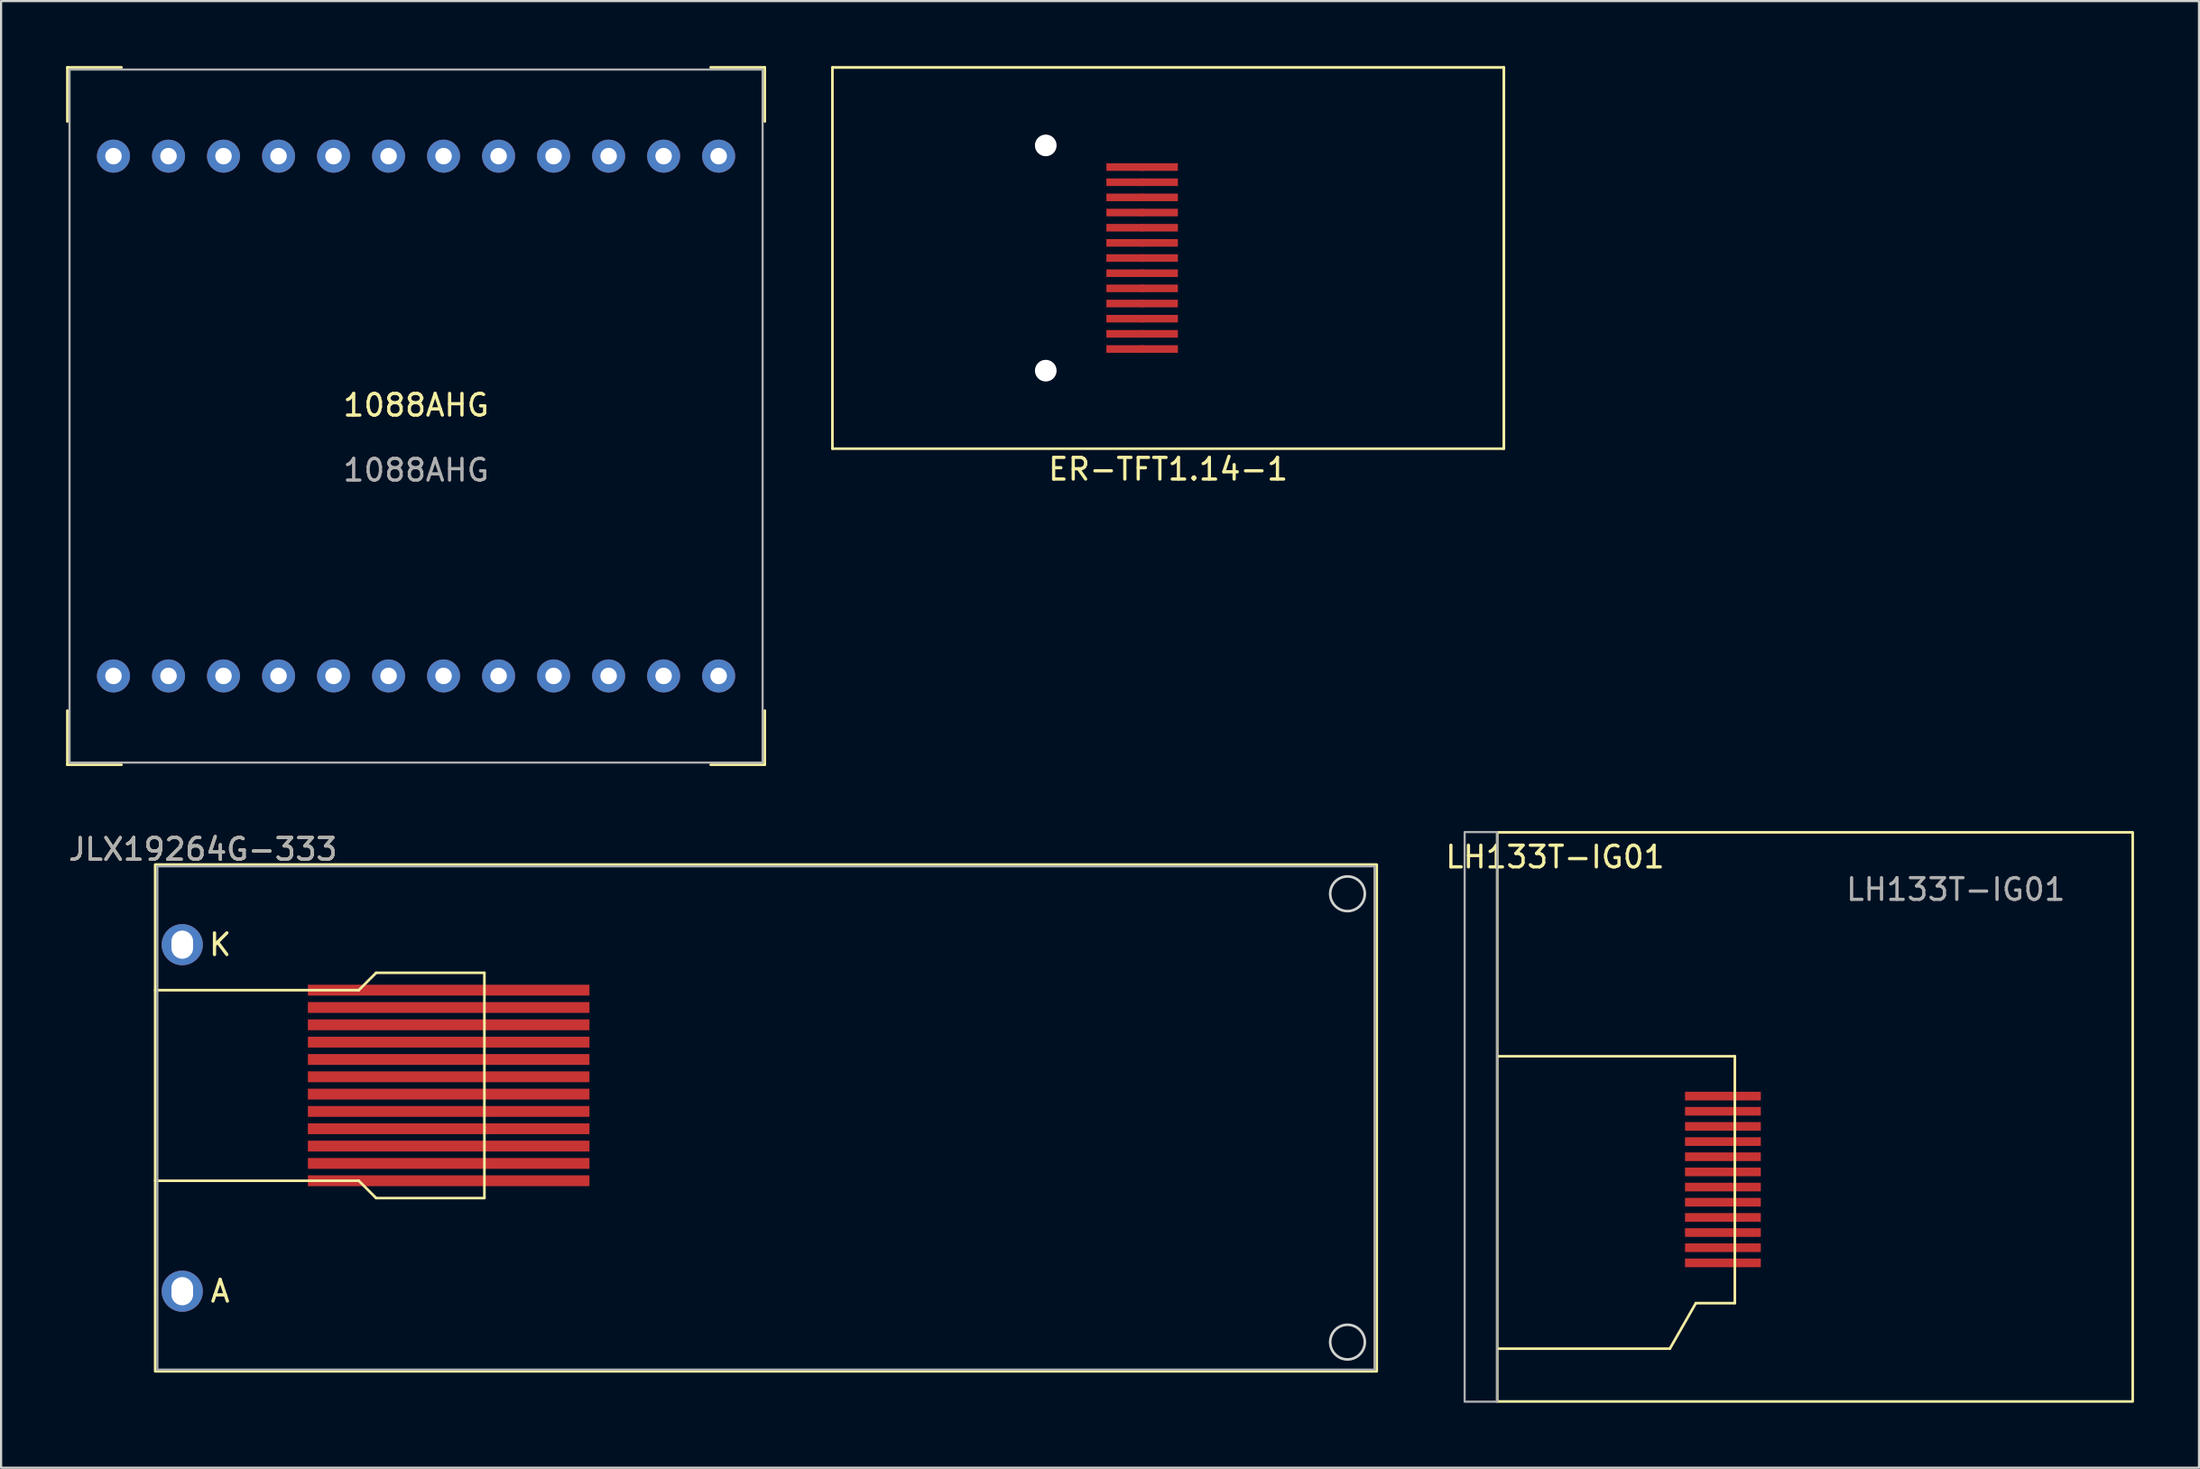
<source format=kicad_pcb>
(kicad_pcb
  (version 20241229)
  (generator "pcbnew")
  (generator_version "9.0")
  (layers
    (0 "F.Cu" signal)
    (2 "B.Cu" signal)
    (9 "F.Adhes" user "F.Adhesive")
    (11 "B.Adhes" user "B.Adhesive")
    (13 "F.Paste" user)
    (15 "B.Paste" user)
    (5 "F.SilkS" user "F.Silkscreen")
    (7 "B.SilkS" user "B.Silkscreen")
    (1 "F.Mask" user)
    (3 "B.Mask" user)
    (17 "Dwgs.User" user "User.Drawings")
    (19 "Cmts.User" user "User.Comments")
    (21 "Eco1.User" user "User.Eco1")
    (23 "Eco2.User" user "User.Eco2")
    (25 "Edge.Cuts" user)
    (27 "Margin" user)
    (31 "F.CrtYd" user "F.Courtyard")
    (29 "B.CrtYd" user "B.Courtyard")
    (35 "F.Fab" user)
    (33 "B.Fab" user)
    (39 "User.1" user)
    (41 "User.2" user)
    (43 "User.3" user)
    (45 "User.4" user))
  (footprint "LH133T-IG01"
    (layer "F.Cu")
    (at 80.748 48.52)
    (property "Reference" "LH133T-IG01" (at -12 -12 0) (unlocked yes) (layer "F.SilkS") (effects (font (size 1 1) (thickness 0.15))))
    (attr through_hole)
    (fp_line (start -6.7 10.7) (end -5.5 8.6) (stroke (width 0.12) (type solid)) (layer "F.SilkS"))
    (fp_line (start -3.7 -2.8) (end -3.7 8.6) (stroke (width 0.12) (type solid)) (layer "F.SilkS"))
    (fp_rect (start -14.67 -13.14) (end 14.67 13.14) (stroke (width 0.12) (type solid)) (fill no) (layer "F.SilkS"))
    (fp_rect (start -6.7 10.7) (end -14.65 10.7) (stroke (width 0.12) (type solid)) (fill no) (layer "F.SilkS"))
    (fp_rect (start -3.7 -2.8) (end -14.65 -2.8) (stroke (width 0.12) (type solid)) (fill no) (layer "F.SilkS"))
    (fp_rect (start -3.7 8.6) (end -5.5 8.6) (stroke (width 0.12) (type solid)) (fill no) (layer "F.SilkS"))
    (fp_rect (start -14.675 -13.15) (end -16.175 13.15) (stroke (width 0.1) (type solid)) (fill no) (layer "F.Fab"))
    (fp_text user "${REFERENCE}" (at 6.5 -10.5 0) (unlocked yes) (layer "F.Fab") (effects (font (size 1 1) (thickness 0.15))))
    (pad "1" smd rect (at -4.25 6.74) (size 3.5 0.4) (layers "F.Cu" "F.Mask" "F.Paste"))
    (pad "2" smd rect (at -4.25 6.04) (size 3.5 0.4) (layers "F.Cu" "F.Mask" "F.Paste"))
    (pad "3" smd rect (at -4.25 5.34) (size 3.5 0.4) (layers "F.Cu" "F.Mask" "F.Paste"))
    (pad "4" smd rect (at -4.25 4.64) (size 3.5 0.4) (layers "F.Cu" "F.Mask" "F.Paste"))
    (pad "5" smd rect (at -4.25 3.94) (size 3.5 0.4) (layers "F.Cu" "F.Mask" "F.Paste"))
    (pad "6" smd rect (at -4.25 3.24) (size 3.5 0.4) (layers "F.Cu" "F.Mask" "F.Paste"))
    (pad "7" smd rect (at -4.25 2.54) (size 3.5 0.4) (layers "F.Cu" "F.Mask" "F.Paste"))
    (pad "8" smd rect (at -4.25 1.84) (size 3.5 0.4) (layers "F.Cu" "F.Mask" "F.Paste"))
    (pad "9" smd rect (at -4.25 1.14) (size 3.5 0.4) (layers "F.Cu" "F.Mask" "F.Paste"))
    (pad "10" smd rect (at -4.25 0.44) (size 3.5 0.4) (layers "F.Cu" "F.Mask" "F.Paste"))
    (pad "11" smd rect (at -4.25 -0.26) (size 3.5 0.4) (layers "F.Cu" "F.Mask" "F.Paste"))
    (pad "12" smd rect (at -4.25 -0.96) (size 3.5 0.4) (layers "F.Cu" "F.Mask" "F.Paste")))
  (footprint "1088AHG"
    (layer "F.Cu")
    (at 16.16 16.16)
    (property "Reference" "1088AHG" (at 0 -0.5 0) (unlocked yes) (layer "F.SilkS") (effects (font (size 1 1) (thickness 0.15))))
    (attr through_hole)
    (fp_line (start -16.1 -16.1) (end -16.1 -13.6) (stroke (width 0.12) (type solid)) (layer "F.SilkS"))
    (fp_line (start -16.1 -16.1) (end -13.6 -16.1) (stroke (width 0.12) (type solid)) (layer "F.SilkS"))
    (fp_line (start -16.1 16.1) (end -16.1 13.6) (stroke (width 0.12) (type solid)) (layer "F.SilkS"))
    (fp_line (start -16.1 16.1) (end -13.6 16.1) (stroke (width 0.12) (type solid)) (layer "F.SilkS"))
    (fp_line (start 16.1 -16.1) (end 13.6 -16.1) (stroke (width 0.12) (type solid)) (layer "F.SilkS"))
    (fp_line (start 16.1 -16.1) (end 16.1 -13.6) (stroke (width 0.12) (type solid)) (layer "F.SilkS"))
    (fp_line (start 16.1 16.1) (end 13.6 16.1) (stroke (width 0.12) (type solid)) (layer "F.SilkS"))
    (fp_line (start 16.1 16.1) (end 16.1 13.6) (stroke (width 0.12) (type solid)) (layer "F.SilkS"))
    (fp_rect (start -16 -16) (end 16 16) (stroke (width 0.1) (type solid)) (fill no) (layer "F.Fab"))
    (fp_text user "${REFERENCE}" (at 0 2.5 0) (unlocked yes) (layer "F.Fab") (effects (font (size 1 1) (thickness 0.15))))
    (pad "1" thru_hole circle (at -13.97 12) (size 1.524 1.524) (drill 0.762) (layers "*.Cu" "*.Mask"))
    (pad "2" thru_hole circle (at -11.43 12) (size 1.524 1.524) (drill 0.762) (layers "*.Cu" "*.Mask"))
    (pad "3" thru_hole circle (at -8.89 12) (size 1.524 1.524) (drill 0.762) (layers "*.Cu" "*.Mask"))
    (pad "4" thru_hole circle (at -6.35 12) (size 1.524 1.524) (drill 0.762) (layers "*.Cu" "*.Mask"))
    (pad "5" thru_hole circle (at -3.81 12) (size 1.524 1.524) (drill 0.762) (layers "*.Cu" "*.Mask"))
    (pad "6" thru_hole circle (at -1.27 12) (size 1.524 1.524) (drill 0.762) (layers "*.Cu" "*.Mask"))
    (pad "7" thru_hole circle (at 1.27 12) (size 1.524 1.524) (drill 0.762) (layers "*.Cu" "*.Mask"))
    (pad "8" thru_hole circle (at 3.81 12) (size 1.524 1.524) (drill 0.762) (layers "*.Cu" "*.Mask"))
    (pad "9" thru_hole circle (at 6.35 12) (size 1.524 1.524) (drill 0.762) (layers "*.Cu" "*.Mask"))
    (pad "10" thru_hole circle (at 8.89 12) (size 1.524 1.524) (drill 0.762) (layers "*.Cu" "*.Mask"))
    (pad "11" thru_hole circle (at 11.43 12) (size 1.524 1.524) (drill 0.762) (layers "*.Cu" "*.Mask"))
    (pad "12" thru_hole circle (at 13.97 12) (size 1.524 1.524) (drill 0.762) (layers "*.Cu" "*.Mask"))
    (pad "13" thru_hole circle (at 13.97 -12) (size 1.524 1.524) (drill 0.762) (layers "*.Cu" "*.Mask"))
    (pad "14" thru_hole circle (at 11.43 -12) (size 1.524 1.524) (drill 0.762) (layers "*.Cu" "*.Mask"))
    (pad "15" thru_hole circle (at 8.89 -12) (size 1.524 1.524) (drill 0.762) (layers "*.Cu" "*.Mask"))
    (pad "16" thru_hole circle (at 6.35 -12) (size 1.524 1.524) (drill 0.762) (layers "*.Cu" "*.Mask"))
    (pad "17" thru_hole circle (at 3.81 -12) (size 1.524 1.524) (drill 0.762) (layers "*.Cu" "*.Mask"))
    (pad "18" thru_hole circle (at 1.27 -12) (size 1.524 1.524) (drill 0.762) (layers "*.Cu" "*.Mask"))
    (pad "19" thru_hole circle (at -1.27 -12) (size 1.524 1.524) (drill 0.762) (layers "*.Cu" "*.Mask"))
    (pad "20" thru_hole circle (at -3.81 -12) (size 1.524 1.524) (drill 0.762) (layers "*.Cu" "*.Mask"))
    (pad "21" thru_hole circle (at -6.35 -12) (size 1.524 1.524) (drill 0.762) (layers "*.Cu" "*.Mask"))
    (pad "22" thru_hole circle (at -8.89 -12) (size 1.524 1.524) (drill 0.762) (layers "*.Cu" "*.Mask"))
    (pad "23" thru_hole circle (at -11.43 -12) (size 1.524 1.524) (drill 0.762) (layers "*.Cu" "*.Mask"))
    (pad "24" thru_hole circle (at -13.97 -12) (size 1.524 1.524) (drill 0.762) (layers "*.Cu" "*.Mask")))
  (footprint "ER-TFT1.14-1"
    (layer "F.Cu")
    (at 50.883 8.864)
    (property "Reference" "ER-TFT1.14-1" (at 0 9.75 0) (unlocked yes) (layer "F.SilkS") (effects (font (size 1 1) (thickness 0.15))))
    (attr through_hole)
    (fp_line (start -15.5 8.802) (end -15.5 -8.798) (stroke (width 0.12) (type solid)) (layer "F.SilkS"))
    (fp_line (start 15.5 8.802) (end -15.5 8.802) (stroke (width 0.12) (type solid)) (layer "F.SilkS"))
    (fp_line (start 15.5 -8.8) (end -15.5 -8.8) (stroke (width 0.127) (type solid)) (layer "F.SilkS"))
    (fp_line (start 15.5 8.8) (end 15.5 -8.8) (stroke (width 0.127) (type solid)) (layer "F.SilkS"))
    (pad "" np_thru_hole circle (at -5.65 -5.2 270) (size 1 1) (drill 1) (layers "*.Cu" "*.Mask"))
    (pad "" np_thru_hole circle (at -5.65 5.2 270) (size 1 1) (drill 1) (layers "*.Cu" "*.Mask"))
    (pad "1" smd rect (at -2 4.2 180) (size 1.7 0.35) (layers "F.Cu" "F.Mask"))
    (pad "1" smd rect (at -0.4 4.2 180) (size 1.7 0.35) (layers "F.Cu" "F.Mask"))
    (pad "2" smd rect (at -2 3.5 180) (size 1.7 0.35) (layers "F.Cu" "F.Mask"))
    (pad "2" smd rect (at -0.4 3.5 180) (size 1.7 0.35) (layers "F.Cu" "F.Mask"))
    (pad "3" smd rect (at -2 2.8 180) (size 1.7 0.35) (layers "F.Cu" "F.Mask"))
    (pad "3" smd rect (at -0.4 2.8 180) (size 1.7 0.35) (layers "F.Cu" "F.Mask"))
    (pad "4" smd rect (at -2 2.1 180) (size 1.7 0.35) (layers "F.Cu" "F.Mask"))
    (pad "4" smd rect (at -0.4 2.1 180) (size 1.7 0.35) (layers "F.Cu" "F.Mask"))
    (pad "5" smd rect (at -2 1.4 180) (size 1.7 0.35) (layers "F.Cu" "F.Mask"))
    (pad "5" smd rect (at -0.4 1.4 180) (size 1.7 0.35) (layers "F.Cu" "F.Mask"))
    (pad "6" smd rect (at -2 0.7 180) (size 1.7 0.35) (layers "F.Cu" "F.Mask"))
    (pad "6" smd rect (at -0.4 0.7 180) (size 1.7 0.35) (layers "F.Cu" "F.Mask"))
    (pad "7" smd rect (at -2 0 180) (size 1.7 0.35) (layers "F.Cu" "F.Mask"))
    (pad "7" smd rect (at -0.4 0 180) (size 1.7 0.35) (layers "F.Cu" "F.Mask"))
    (pad "8" smd rect (at -2 -0.7 180) (size 1.7 0.35) (layers "F.Cu" "F.Mask"))
    (pad "8" smd rect (at -0.4 -0.7 180) (size 1.7 0.35) (layers "F.Cu" "F.Mask"))
    (pad "9" smd rect (at -2 -1.4 180) (size 1.7 0.35) (layers "F.Cu" "F.Mask"))
    (pad "9" smd rect (at -0.4 -1.4 180) (size 1.7 0.35) (layers "F.Cu" "F.Mask"))
    (pad "10" smd rect (at -2 -2.1 180) (size 1.7 0.35) (layers "F.Cu" "F.Mask"))
    (pad "10" smd rect (at -0.4 -2.1 180) (size 1.7 0.35) (layers "F.Cu" "F.Mask"))
    (pad "11" smd rect (at -2 -2.8 180) (size 1.7 0.35) (layers "F.Cu" "F.Mask"))
    (pad "11" smd rect (at -0.4 -2.8 180) (size 1.7 0.35) (layers "F.Cu" "F.Mask"))
    (pad "12" smd rect (at -2 -3.5 180) (size 1.7 0.35) (layers "F.Cu" "F.Mask"))
    (pad "12" smd rect (at -0.4 -3.5 180) (size 1.7 0.35) (layers "F.Cu" "F.Mask"))
    (pad "13" smd rect (at -2 -4.2 180) (size 1.7 0.35) (layers "F.Cu" "F.Mask"))
    (pad "13" smd rect (at -0.4 -4.2 180) (size 1.7 0.35) (layers "F.Cu" "F.Mask")))
  (footprint "JLX19264G-333"
    (layer "F.Cu")
    (at 32.315 48.568)
    (property "Reference" "JLX19264G-333" (at -26 -12.4 0) (unlocked yes) (layer "F.SilkS") (effects (font (size 1 1) (thickness 0.15))))
    (fp_line (start -18.8 -5.9) (end -28.2 -5.9) (stroke (width 0.12) (type solid)) (layer "F.SilkS"))
    (fp_line (start -18.8 2.9) (end -28.2 2.9) (stroke (width 0.12) (type solid)) (layer "F.SilkS"))
    (fp_line (start -18 -6.7) (end -18.8 -5.9) (stroke (width 0.12) (type solid)) (layer "F.SilkS"))
    (fp_line (start -18 3.7) (end -18.8 2.9) (stroke (width 0.12) (type solid)) (layer "F.SilkS"))
    (fp_line (start -13 -6.7) (end -18 -6.7) (stroke (width 0.12) (type solid)) (layer "F.SilkS"))
    (fp_line (start -13 3.7) (end -18 3.7) (stroke (width 0.12) (type solid)) (layer "F.SilkS"))
    (fp_line (start -13 3.7) (end -13 -6.7) (stroke (width 0.12) (type solid)) (layer "F.SilkS"))
    (fp_rect (start 28.2 -11.7) (end -28.2 11.7) (stroke (width 0.12) (type solid)) (fill no) (layer "F.SilkS"))
    (fp_circle (center 26.85 -10.35) (end 26.05 -10.35) (stroke (width 0.12) (type solid)) (fill no) (layer "Edge.Cuts"))
    (fp_circle (center 26.85 10.35) (end 26.05 10.35) (stroke (width 0.12) (type solid)) (fill no) (layer "Edge.Cuts"))
    (fp_rect (start -28.1 -11.62) (end 28.1 11.62) (stroke (width 0.1) (type solid)) (fill no) (layer "F.Fab"))
    (fp_text user "A" (at -25.2 8 0) (unlocked yes) (layer "F.SilkS") (effects (font (size 1 1) (thickness 0.15))))
    (fp_text user "K" (at -25.2 -8 0) (unlocked yes) (layer "F.SilkS") (effects (font (size 1 1) (thickness 0.15))))
    (fp_text user "${REFERENCE}" (at -26 -12.4 0) (unlocked yes) (layer "F.Fab") (effects (font (size 1 1) (thickness 0.15))))
    (pad "1" smd rect (at -14.65 -5.9) (size 13 0.5) (layers "F.Cu" "F.Mask" "F.Paste"))
    (pad "2" smd rect (at -14.65 -5.1) (size 13 0.5) (layers "F.Cu" "F.Mask" "F.Paste"))
    (pad "3" smd rect (at -14.65 -4.3) (size 13 0.5) (layers "F.Cu" "F.Mask" "F.Paste"))
    (pad "4" smd rect (at -14.65 -3.5) (size 13 0.5) (layers "F.Cu" "F.Mask" "F.Paste"))
    (pad "5" smd rect (at -14.65 -2.7) (size 13 0.5) (layers "F.Cu" "F.Mask" "F.Paste"))
    (pad "6" smd rect (at -14.65 -1.9) (size 13 0.5) (layers "F.Cu" "F.Mask" "F.Paste"))
    (pad "7" smd rect (at -14.65 -1.1) (size 13 0.5) (layers "F.Cu" "F.Mask" "F.Paste"))
    (pad "8" smd rect (at -14.65 -0.3) (size 13 0.5) (layers "F.Cu" "F.Mask" "F.Paste"))
    (pad "9" smd rect (at -14.65 0.5) (size 13 0.5) (layers "F.Cu" "F.Mask" "F.Paste"))
    (pad "10" smd rect (at -14.65 1.3) (size 13 0.5) (layers "F.Cu" "F.Mask" "F.Paste"))
    (pad "11" smd rect (at -14.65 2.1) (size 13 0.5) (layers "F.Cu" "F.Mask" "F.Paste"))
    (pad "12" smd rect (at -14.65 2.9) (size 13 0.5) (layers "F.Cu" "F.Mask" "F.Paste"))
    (pad "13" thru_hole circle (at -26.95 8) (size 1.9 1.9) (drill oval 1 1.3) (layers "*.Cu" "*.Mask"))
    (pad "14" thru_hole circle (at -26.95 -8) (size 1.9 1.9) (drill oval 1 1.3) (layers "*.Cu" "*.Mask")))
  (gr_rect
    (start -3 -3)
    (end 98.478 64.72)
    (stroke (width 0.1) (type default))
    (fill no)
    (layer "Edge.Cuts")))
</source>
